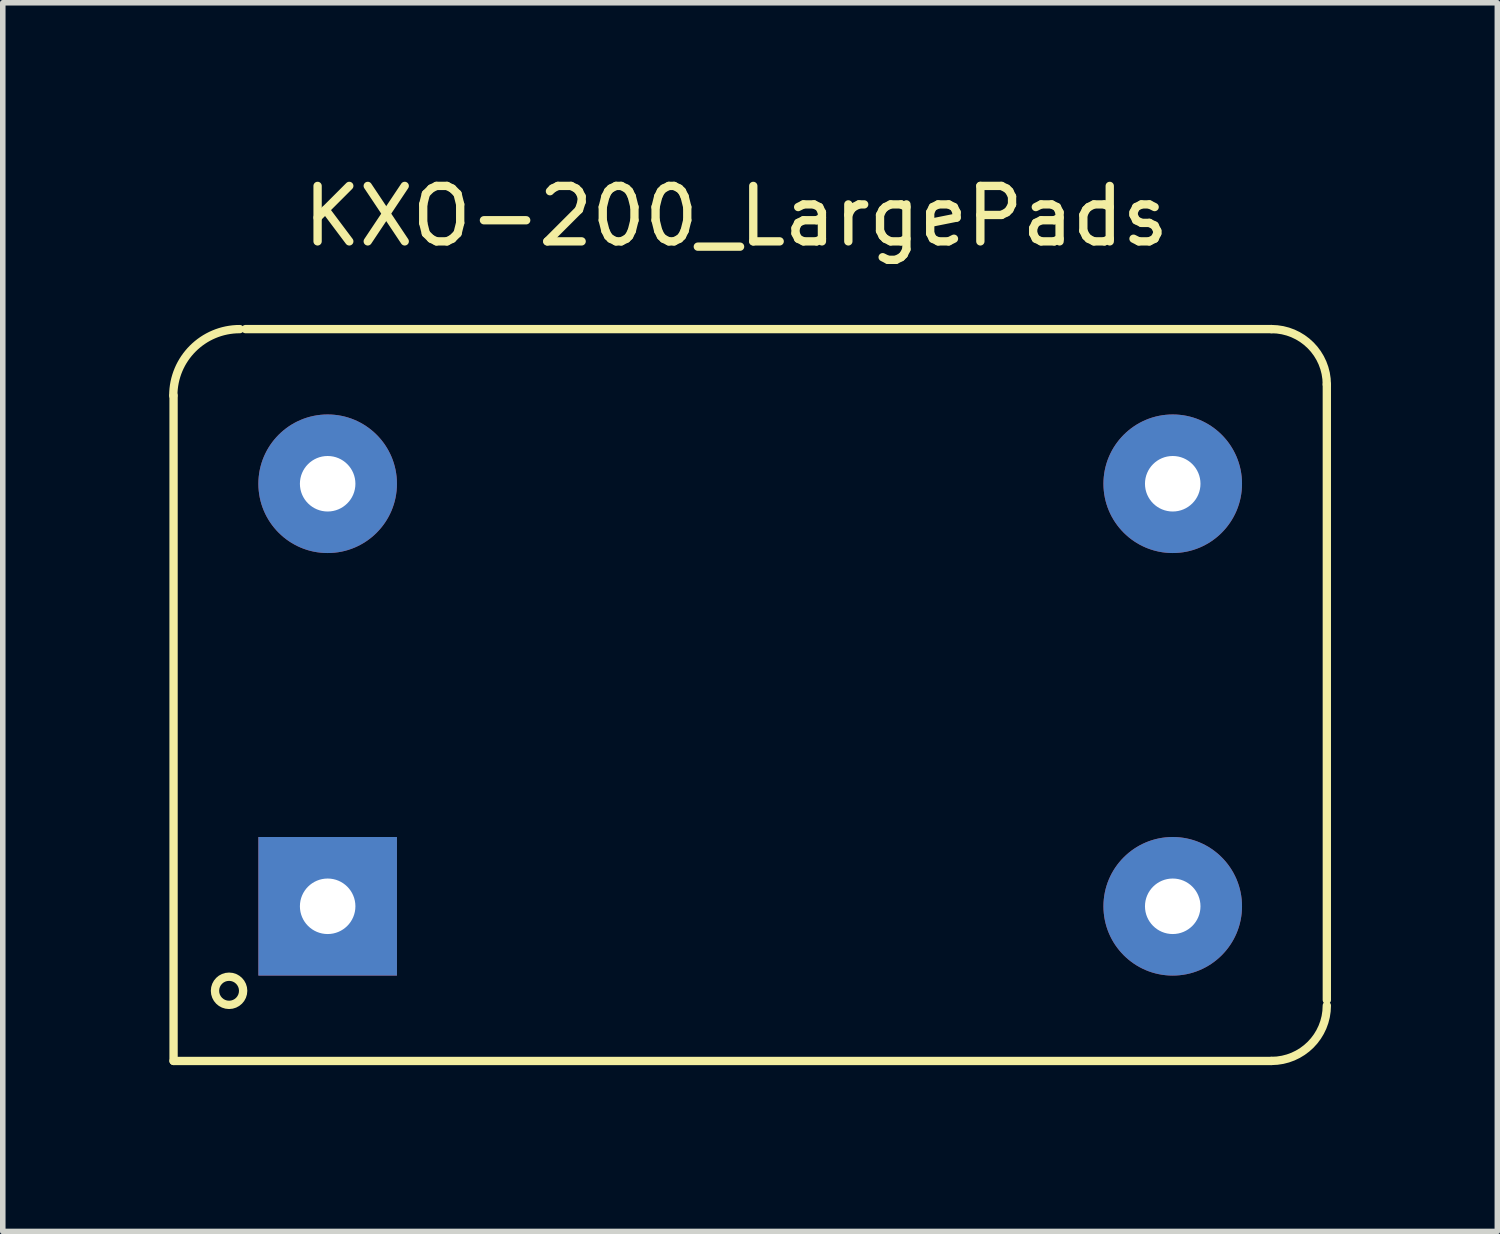
<source format=kicad_pcb>
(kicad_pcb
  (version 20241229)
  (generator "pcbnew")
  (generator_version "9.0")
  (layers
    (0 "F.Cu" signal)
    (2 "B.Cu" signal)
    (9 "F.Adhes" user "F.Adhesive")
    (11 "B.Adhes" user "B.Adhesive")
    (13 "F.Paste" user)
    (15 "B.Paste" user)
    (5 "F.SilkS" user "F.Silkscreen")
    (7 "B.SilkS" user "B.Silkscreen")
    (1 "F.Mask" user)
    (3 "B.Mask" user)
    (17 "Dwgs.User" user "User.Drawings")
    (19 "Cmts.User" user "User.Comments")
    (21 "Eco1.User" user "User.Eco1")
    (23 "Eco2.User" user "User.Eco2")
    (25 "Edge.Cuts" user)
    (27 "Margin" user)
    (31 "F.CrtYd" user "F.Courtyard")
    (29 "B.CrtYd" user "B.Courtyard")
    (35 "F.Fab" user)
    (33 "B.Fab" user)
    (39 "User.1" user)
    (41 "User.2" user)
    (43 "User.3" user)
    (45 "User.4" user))
  (footprint "KXO-200_LargePads"
    (layer "F.Cu")
    (at 10.479 9.484)
    (property "Reference" "KXO-200_LargePads" (at -0.254 -8.636 0) (layer "F.SilkS") (effects (font (size 1 1) (thickness 0.15))))
    (attr through_hole)
    (fp_line (start -10.399 -5.4) (end -10.399 6.599) (stroke (width 0.15) (type solid)) (layer "F.SilkS"))
    (fp_line (start -9.101 -6.599) (end 9.401 -6.599) (stroke (width 0.15) (type solid)) (layer "F.SilkS"))
    (fp_line (start 9.401 6.599) (end -10.399 6.599) (stroke (width 0.15) (type solid)) (layer "F.SilkS"))
    (fp_line (start 10.399 -5.601) (end 10.399 5.499) (stroke (width 0.15) (type solid)) (layer "F.SilkS"))
    (fp_arc (start -10.40384 -5.40004) (mid -10.052696 -6.247776) (end -9.20496 -6.59892) (stroke (width 0.15) (type solid)) (layer "F.SilkS"))
    (fp_arc (start 9.40054 -6.59892) (mid 10.106388 -6.306548) (end 10.39876 -5.6007) (stroke (width 0.15) (type solid)) (layer "F.SilkS"))
    (fp_arc (start 10.39876 5.6007) (mid 10.106388 6.306548) (end 9.40054 6.59892) (stroke (width 0.15) (type solid)) (layer "F.SilkS"))
    (fp_circle (center -9.398 5.334) (end -9.398 5.588) (stroke (width 0.15) (type solid)) (fill no) (layer "F.SilkS"))
    (pad "1" thru_hole rect (at -7.62 3.81) (size 2.499 2.499) (drill 1.001) (layers "*.Cu" "*.Mask"))
    (pad "7" thru_hole circle (at 7.62 3.81) (size 2.499 2.499) (drill 1.001) (layers "*.Cu" "*.Mask"))
    (pad "8" thru_hole circle (at 7.62 -3.81) (size 2.499 2.499) (drill 1.001) (layers "*.Cu" "*.Mask"))
    (pad "14" thru_hole circle (at -7.62 -3.81) (size 2.499 2.499) (drill 1.001) (layers "*.Cu" "*.Mask")))
  (gr_rect
    (start -3 -3)
    (end 23.953 19.158)
    (stroke (width 0.1) (type default))
    (fill no)
    (layer "Edge.Cuts")))
</source>
